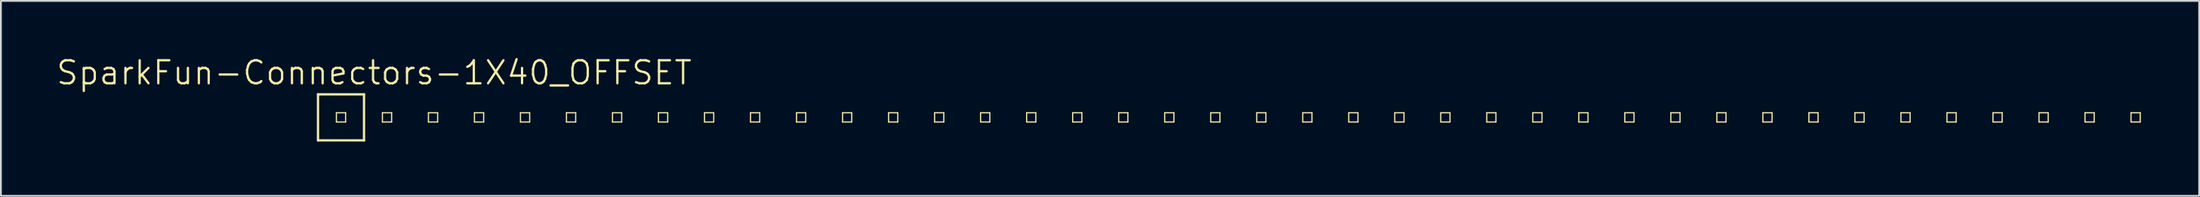
<source format=kicad_pcb>
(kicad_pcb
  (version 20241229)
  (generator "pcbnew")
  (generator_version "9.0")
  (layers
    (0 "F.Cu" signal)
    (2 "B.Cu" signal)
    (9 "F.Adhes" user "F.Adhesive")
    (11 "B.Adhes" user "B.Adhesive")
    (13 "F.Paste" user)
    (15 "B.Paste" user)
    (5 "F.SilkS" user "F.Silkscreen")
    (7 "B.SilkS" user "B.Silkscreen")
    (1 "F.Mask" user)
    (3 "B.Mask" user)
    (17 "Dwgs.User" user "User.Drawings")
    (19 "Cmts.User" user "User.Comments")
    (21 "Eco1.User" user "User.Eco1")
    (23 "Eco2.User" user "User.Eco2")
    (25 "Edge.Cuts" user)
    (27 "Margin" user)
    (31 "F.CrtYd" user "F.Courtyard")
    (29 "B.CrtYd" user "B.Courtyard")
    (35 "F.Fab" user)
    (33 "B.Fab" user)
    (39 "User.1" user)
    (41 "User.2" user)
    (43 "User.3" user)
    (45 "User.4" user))
  (footprint "SparkFun-Connectors-1X40_OFFSET"
    (layer "F.Cu")
    (at 15.773 3.43)
    (property "Reference" "SparkFun-Connectors-1X40_OFFSET" (at 1.829 -2.464 0) (layer "F.SilkS") (effects (font (size 1.27 1.27) (thickness 0.127))))
    (attr exclude_from_pos_files exclude_from_bom)
    (fp_line (start -1.27 -1.27) (end -1.27 1.27) (stroke (width 0.127) (type solid)) (layer "F.SilkS"))
    (fp_line (start -1.27 1.27) (end 1.27 1.27) (stroke (width 0.127) (type solid)) (layer "F.SilkS"))
    (fp_line (start -0.254 -0.254) (end 0.254 -0.254) (stroke (width 0.066) (type solid)) (layer "F.SilkS"))
    (fp_line (start -0.254 0.254) (end -0.254 -0.254) (stroke (width 0.066) (type solid)) (layer "F.SilkS"))
    (fp_line (start -0.254 0.254) (end 0.254 0.254) (stroke (width 0.066) (type solid)) (layer "F.SilkS"))
    (fp_line (start 0.254 0.254) (end 0.254 -0.254) (stroke (width 0.066) (type solid)) (layer "F.SilkS"))
    (fp_line (start 1.27 -1.27) (end -1.27 -1.27) (stroke (width 0.127) (type solid)) (layer "F.SilkS"))
    (fp_line (start 1.27 1.27) (end 1.27 -1.27) (stroke (width 0.127) (type solid)) (layer "F.SilkS"))
    (fp_line (start 2.286 -0.254) (end 2.794 -0.254) (stroke (width 0.066) (type solid)) (layer "F.SilkS"))
    (fp_line (start 2.286 0.254) (end 2.286 -0.254) (stroke (width 0.066) (type solid)) (layer "F.SilkS"))
    (fp_line (start 2.286 0.254) (end 2.794 0.254) (stroke (width 0.066) (type solid)) (layer "F.SilkS"))
    (fp_line (start 2.794 0.254) (end 2.794 -0.254) (stroke (width 0.066) (type solid)) (layer "F.SilkS"))
    (fp_line (start 4.826 -0.254) (end 5.334 -0.254) (stroke (width 0.066) (type solid)) (layer "F.SilkS"))
    (fp_line (start 4.826 0.254) (end 4.826 -0.254) (stroke (width 0.066) (type solid)) (layer "F.SilkS"))
    (fp_line (start 4.826 0.254) (end 5.334 0.254) (stroke (width 0.066) (type solid)) (layer "F.SilkS"))
    (fp_line (start 5.334 0.254) (end 5.334 -0.254) (stroke (width 0.066) (type solid)) (layer "F.SilkS"))
    (fp_line (start 7.366 -0.254) (end 7.874 -0.254) (stroke (width 0.066) (type solid)) (layer "F.SilkS"))
    (fp_line (start 7.366 0.254) (end 7.366 -0.254) (stroke (width 0.066) (type solid)) (layer "F.SilkS"))
    (fp_line (start 7.366 0.254) (end 7.874 0.254) (stroke (width 0.066) (type solid)) (layer "F.SilkS"))
    (fp_line (start 7.874 0.254) (end 7.874 -0.254) (stroke (width 0.066) (type solid)) (layer "F.SilkS"))
    (fp_line (start 9.906 -0.254) (end 10.414 -0.254) (stroke (width 0.066) (type solid)) (layer "F.SilkS"))
    (fp_line (start 9.906 0.254) (end 9.906 -0.254) (stroke (width 0.066) (type solid)) (layer "F.SilkS"))
    (fp_line (start 9.906 0.254) (end 10.414 0.254) (stroke (width 0.066) (type solid)) (layer "F.SilkS"))
    (fp_line (start 10.414 0.254) (end 10.414 -0.254) (stroke (width 0.066) (type solid)) (layer "F.SilkS"))
    (fp_line (start 12.446 -0.254) (end 12.954 -0.254) (stroke (width 0.066) (type solid)) (layer "F.SilkS"))
    (fp_line (start 12.446 0.254) (end 12.446 -0.254) (stroke (width 0.066) (type solid)) (layer "F.SilkS"))
    (fp_line (start 12.446 0.254) (end 12.954 0.254) (stroke (width 0.066) (type solid)) (layer "F.SilkS"))
    (fp_line (start 12.954 0.254) (end 12.954 -0.254) (stroke (width 0.066) (type solid)) (layer "F.SilkS"))
    (fp_line (start 14.986 -0.254) (end 15.494 -0.254) (stroke (width 0.066) (type solid)) (layer "F.SilkS"))
    (fp_line (start 14.986 0.254) (end 14.986 -0.254) (stroke (width 0.066) (type solid)) (layer "F.SilkS"))
    (fp_line (start 14.986 0.254) (end 15.494 0.254) (stroke (width 0.066) (type solid)) (layer "F.SilkS"))
    (fp_line (start 15.494 0.254) (end 15.494 -0.254) (stroke (width 0.066) (type solid)) (layer "F.SilkS"))
    (fp_line (start 17.523 -0.254) (end 18.034 -0.254) (stroke (width 0.066) (type solid)) (layer "F.SilkS"))
    (fp_line (start 17.523 0.254) (end 17.523 -0.254) (stroke (width 0.066) (type solid)) (layer "F.SilkS"))
    (fp_line (start 17.523 0.254) (end 18.034 0.254) (stroke (width 0.066) (type solid)) (layer "F.SilkS"))
    (fp_line (start 18.034 0.254) (end 18.034 -0.254) (stroke (width 0.066) (type solid)) (layer "F.SilkS"))
    (fp_line (start 20.066 -0.254) (end 20.574 -0.254) (stroke (width 0.066) (type solid)) (layer "F.SilkS"))
    (fp_line (start 20.066 0.254) (end 20.066 -0.254) (stroke (width 0.066) (type solid)) (layer "F.SilkS"))
    (fp_line (start 20.066 0.254) (end 20.574 0.254) (stroke (width 0.066) (type solid)) (layer "F.SilkS"))
    (fp_line (start 20.574 0.254) (end 20.574 -0.254) (stroke (width 0.066) (type solid)) (layer "F.SilkS"))
    (fp_line (start 22.606 -0.254) (end 23.114 -0.254) (stroke (width 0.066) (type solid)) (layer "F.SilkS"))
    (fp_line (start 22.606 0.254) (end 22.606 -0.254) (stroke (width 0.066) (type solid)) (layer "F.SilkS"))
    (fp_line (start 22.606 0.254) (end 23.114 0.254) (stroke (width 0.066) (type solid)) (layer "F.SilkS"))
    (fp_line (start 23.114 0.254) (end 23.114 -0.254) (stroke (width 0.066) (type solid)) (layer "F.SilkS"))
    (fp_line (start 25.146 -0.254) (end 25.654 -0.254) (stroke (width 0.066) (type solid)) (layer "F.SilkS"))
    (fp_line (start 25.146 0.254) (end 25.146 -0.254) (stroke (width 0.066) (type solid)) (layer "F.SilkS"))
    (fp_line (start 25.146 0.254) (end 25.654 0.254) (stroke (width 0.066) (type solid)) (layer "F.SilkS"))
    (fp_line (start 25.654 0.254) (end 25.654 -0.254) (stroke (width 0.066) (type solid)) (layer "F.SilkS"))
    (fp_line (start 27.686 -0.254) (end 28.194 -0.254) (stroke (width 0.066) (type solid)) (layer "F.SilkS"))
    (fp_line (start 27.686 0.254) (end 27.686 -0.254) (stroke (width 0.066) (type solid)) (layer "F.SilkS"))
    (fp_line (start 27.686 0.254) (end 28.194 0.254) (stroke (width 0.066) (type solid)) (layer "F.SilkS"))
    (fp_line (start 28.194 0.254) (end 28.194 -0.254) (stroke (width 0.066) (type solid)) (layer "F.SilkS"))
    (fp_line (start 30.226 -0.254) (end 30.734 -0.254) (stroke (width 0.066) (type solid)) (layer "F.SilkS"))
    (fp_line (start 30.226 0.254) (end 30.226 -0.254) (stroke (width 0.066) (type solid)) (layer "F.SilkS"))
    (fp_line (start 30.226 0.254) (end 30.734 0.254) (stroke (width 0.066) (type solid)) (layer "F.SilkS"))
    (fp_line (start 30.734 0.254) (end 30.734 -0.254) (stroke (width 0.066) (type solid)) (layer "F.SilkS"))
    (fp_line (start 32.766 -0.254) (end 33.274 -0.254) (stroke (width 0.066) (type solid)) (layer "F.SilkS"))
    (fp_line (start 32.766 0.254) (end 32.766 -0.254) (stroke (width 0.066) (type solid)) (layer "F.SilkS"))
    (fp_line (start 32.766 0.254) (end 33.274 0.254) (stroke (width 0.066) (type solid)) (layer "F.SilkS"))
    (fp_line (start 33.274 0.254) (end 33.274 -0.254) (stroke (width 0.066) (type solid)) (layer "F.SilkS"))
    (fp_line (start 35.303 -0.254) (end 35.814 -0.254) (stroke (width 0.066) (type solid)) (layer "F.SilkS"))
    (fp_line (start 35.303 0.254) (end 35.303 -0.254) (stroke (width 0.066) (type solid)) (layer "F.SilkS"))
    (fp_line (start 35.303 0.254) (end 35.814 0.254) (stroke (width 0.066) (type solid)) (layer "F.SilkS"))
    (fp_line (start 35.814 0.254) (end 35.814 -0.254) (stroke (width 0.066) (type solid)) (layer "F.SilkS"))
    (fp_line (start 37.846 -0.254) (end 38.354 -0.254) (stroke (width 0.066) (type solid)) (layer "F.SilkS"))
    (fp_line (start 37.846 0.254) (end 37.846 -0.254) (stroke (width 0.066) (type solid)) (layer "F.SilkS"))
    (fp_line (start 37.846 0.254) (end 38.354 0.254) (stroke (width 0.066) (type solid)) (layer "F.SilkS"))
    (fp_line (start 38.354 0.254) (end 38.354 -0.254) (stroke (width 0.066) (type solid)) (layer "F.SilkS"))
    (fp_line (start 40.386 -0.254) (end 40.894 -0.254) (stroke (width 0.066) (type solid)) (layer "F.SilkS"))
    (fp_line (start 40.386 0.254) (end 40.386 -0.254) (stroke (width 0.066) (type solid)) (layer "F.SilkS"))
    (fp_line (start 40.386 0.254) (end 40.894 0.254) (stroke (width 0.066) (type solid)) (layer "F.SilkS"))
    (fp_line (start 40.894 0.254) (end 40.894 -0.254) (stroke (width 0.066) (type solid)) (layer "F.SilkS"))
    (fp_line (start 42.926 -0.254) (end 43.434 -0.254) (stroke (width 0.066) (type solid)) (layer "F.SilkS"))
    (fp_line (start 42.926 0.254) (end 42.926 -0.254) (stroke (width 0.066) (type solid)) (layer "F.SilkS"))
    (fp_line (start 42.926 0.254) (end 43.434 0.254) (stroke (width 0.066) (type solid)) (layer "F.SilkS"))
    (fp_line (start 43.434 0.254) (end 43.434 -0.254) (stroke (width 0.066) (type solid)) (layer "F.SilkS"))
    (fp_line (start 45.466 -0.254) (end 45.974 -0.254) (stroke (width 0.066) (type solid)) (layer "F.SilkS"))
    (fp_line (start 45.466 0.254) (end 45.466 -0.254) (stroke (width 0.066) (type solid)) (layer "F.SilkS"))
    (fp_line (start 45.466 0.254) (end 45.974 0.254) (stroke (width 0.066) (type solid)) (layer "F.SilkS"))
    (fp_line (start 45.974 0.254) (end 45.974 -0.254) (stroke (width 0.066) (type solid)) (layer "F.SilkS"))
    (fp_line (start 48.006 -0.254) (end 48.514 -0.254) (stroke (width 0.066) (type solid)) (layer "F.SilkS"))
    (fp_line (start 48.006 0.254) (end 48.006 -0.254) (stroke (width 0.066) (type solid)) (layer "F.SilkS"))
    (fp_line (start 48.006 0.254) (end 48.514 0.254) (stroke (width 0.066) (type solid)) (layer "F.SilkS"))
    (fp_line (start 48.514 0.254) (end 48.514 -0.254) (stroke (width 0.066) (type solid)) (layer "F.SilkS"))
    (fp_line (start 50.546 -0.254) (end 51.051 -0.254) (stroke (width 0.066) (type solid)) (layer "F.SilkS"))
    (fp_line (start 50.546 0.254) (end 50.546 -0.254) (stroke (width 0.066) (type solid)) (layer "F.SilkS"))
    (fp_line (start 50.546 0.254) (end 51.051 0.254) (stroke (width 0.066) (type solid)) (layer "F.SilkS"))
    (fp_line (start 51.051 0.254) (end 51.051 -0.254) (stroke (width 0.066) (type solid)) (layer "F.SilkS"))
    (fp_line (start 53.086 -0.254) (end 53.594 -0.254) (stroke (width 0.066) (type solid)) (layer "F.SilkS"))
    (fp_line (start 53.086 0.254) (end 53.086 -0.254) (stroke (width 0.066) (type solid)) (layer "F.SilkS"))
    (fp_line (start 53.086 0.254) (end 53.594 0.254) (stroke (width 0.066) (type solid)) (layer "F.SilkS"))
    (fp_line (start 53.594 0.254) (end 53.594 -0.254) (stroke (width 0.066) (type solid)) (layer "F.SilkS"))
    (fp_line (start 55.626 -0.254) (end 56.134 -0.254) (stroke (width 0.066) (type solid)) (layer "F.SilkS"))
    (fp_line (start 55.626 0.254) (end 55.626 -0.254) (stroke (width 0.066) (type solid)) (layer "F.SilkS"))
    (fp_line (start 55.626 0.254) (end 56.134 0.254) (stroke (width 0.066) (type solid)) (layer "F.SilkS"))
    (fp_line (start 56.134 0.254) (end 56.134 -0.254) (stroke (width 0.066) (type solid)) (layer "F.SilkS"))
    (fp_line (start 58.166 -0.254) (end 58.674 -0.254) (stroke (width 0.066) (type solid)) (layer "F.SilkS"))
    (fp_line (start 58.166 0.254) (end 58.166 -0.254) (stroke (width 0.066) (type solid)) (layer "F.SilkS"))
    (fp_line (start 58.166 0.254) (end 58.674 0.254) (stroke (width 0.066) (type solid)) (layer "F.SilkS"))
    (fp_line (start 58.674 0.254) (end 58.674 -0.254) (stroke (width 0.066) (type solid)) (layer "F.SilkS"))
    (fp_line (start 60.706 -0.254) (end 61.214 -0.254) (stroke (width 0.066) (type solid)) (layer "F.SilkS"))
    (fp_line (start 60.706 0.254) (end 60.706 -0.254) (stroke (width 0.066) (type solid)) (layer "F.SilkS"))
    (fp_line (start 60.706 0.254) (end 61.214 0.254) (stroke (width 0.066) (type solid)) (layer "F.SilkS"))
    (fp_line (start 61.214 0.254) (end 61.214 -0.254) (stroke (width 0.066) (type solid)) (layer "F.SilkS"))
    (fp_line (start 63.246 -0.254) (end 63.751 -0.254) (stroke (width 0.066) (type solid)) (layer "F.SilkS"))
    (fp_line (start 63.246 0.254) (end 63.246 -0.254) (stroke (width 0.066) (type solid)) (layer "F.SilkS"))
    (fp_line (start 63.246 0.254) (end 63.751 0.254) (stroke (width 0.066) (type solid)) (layer "F.SilkS"))
    (fp_line (start 63.751 0.254) (end 63.751 -0.254) (stroke (width 0.066) (type solid)) (layer "F.SilkS"))
    (fp_line (start 65.786 -0.254) (end 66.294 -0.254) (stroke (width 0.066) (type solid)) (layer "F.SilkS"))
    (fp_line (start 65.786 0.254) (end 65.786 -0.254) (stroke (width 0.066) (type solid)) (layer "F.SilkS"))
    (fp_line (start 65.786 0.254) (end 66.294 0.254) (stroke (width 0.066) (type solid)) (layer "F.SilkS"))
    (fp_line (start 66.294 0.254) (end 66.294 -0.254) (stroke (width 0.066) (type solid)) (layer "F.SilkS"))
    (fp_line (start 68.326 -0.254) (end 68.834 -0.254) (stroke (width 0.066) (type solid)) (layer "F.SilkS"))
    (fp_line (start 68.326 0.254) (end 68.326 -0.254) (stroke (width 0.066) (type solid)) (layer "F.SilkS"))
    (fp_line (start 68.326 0.254) (end 68.834 0.254) (stroke (width 0.066) (type solid)) (layer "F.SilkS"))
    (fp_line (start 68.834 0.254) (end 68.834 -0.254) (stroke (width 0.066) (type solid)) (layer "F.SilkS"))
    (fp_line (start 70.866 -0.254) (end 71.374 -0.254) (stroke (width 0.066) (type solid)) (layer "F.SilkS"))
    (fp_line (start 70.866 0.254) (end 70.866 -0.254) (stroke (width 0.066) (type solid)) (layer "F.SilkS"))
    (fp_line (start 70.866 0.254) (end 71.374 0.254) (stroke (width 0.066) (type solid)) (layer "F.SilkS"))
    (fp_line (start 71.374 0.254) (end 71.374 -0.254) (stroke (width 0.066) (type solid)) (layer "F.SilkS"))
    (fp_line (start 73.406 -0.254) (end 73.914 -0.254) (stroke (width 0.066) (type solid)) (layer "F.SilkS"))
    (fp_line (start 73.406 0.254) (end 73.406 -0.254) (stroke (width 0.066) (type solid)) (layer "F.SilkS"))
    (fp_line (start 73.406 0.254) (end 73.914 0.254) (stroke (width 0.066) (type solid)) (layer "F.SilkS"))
    (fp_line (start 73.914 0.254) (end 73.914 -0.254) (stroke (width 0.066) (type solid)) (layer "F.SilkS"))
    (fp_line (start 75.946 -0.254) (end 76.451 -0.254) (stroke (width 0.066) (type solid)) (layer "F.SilkS"))
    (fp_line (start 75.946 0.254) (end 75.946 -0.254) (stroke (width 0.066) (type solid)) (layer "F.SilkS"))
    (fp_line (start 75.946 0.254) (end 76.451 0.254) (stroke (width 0.066) (type solid)) (layer "F.SilkS"))
    (fp_line (start 76.451 0.254) (end 76.451 -0.254) (stroke (width 0.066) (type solid)) (layer "F.SilkS"))
    (fp_line (start 78.486 -0.254) (end 78.994 -0.254) (stroke (width 0.066) (type solid)) (layer "F.SilkS"))
    (fp_line (start 78.486 0.254) (end 78.486 -0.254) (stroke (width 0.066) (type solid)) (layer "F.SilkS"))
    (fp_line (start 78.486 0.254) (end 78.994 0.254) (stroke (width 0.066) (type solid)) (layer "F.SilkS"))
    (fp_line (start 78.994 0.254) (end 78.994 -0.254) (stroke (width 0.066) (type solid)) (layer "F.SilkS"))
    (fp_line (start 81.026 -0.254) (end 81.534 -0.254) (stroke (width 0.066) (type solid)) (layer "F.SilkS"))
    (fp_line (start 81.026 0.254) (end 81.026 -0.254) (stroke (width 0.066) (type solid)) (layer "F.SilkS"))
    (fp_line (start 81.026 0.254) (end 81.534 0.254) (stroke (width 0.066) (type solid)) (layer "F.SilkS"))
    (fp_line (start 81.534 0.254) (end 81.534 -0.254) (stroke (width 0.066) (type solid)) (layer "F.SilkS"))
    (fp_line (start 83.566 -0.254) (end 84.074 -0.254) (stroke (width 0.066) (type solid)) (layer "F.SilkS"))
    (fp_line (start 83.566 0.254) (end 83.566 -0.254) (stroke (width 0.066) (type solid)) (layer "F.SilkS"))
    (fp_line (start 83.566 0.254) (end 84.074 0.254) (stroke (width 0.066) (type solid)) (layer "F.SilkS"))
    (fp_line (start 84.074 0.254) (end 84.074 -0.254) (stroke (width 0.066) (type solid)) (layer "F.SilkS"))
    (fp_line (start 86.106 -0.254) (end 86.614 -0.254) (stroke (width 0.066) (type solid)) (layer "F.SilkS"))
    (fp_line (start 86.106 0.254) (end 86.106 -0.254) (stroke (width 0.066) (type solid)) (layer "F.SilkS"))
    (fp_line (start 86.106 0.254) (end 86.614 0.254) (stroke (width 0.066) (type solid)) (layer "F.SilkS"))
    (fp_line (start 86.614 0.254) (end 86.614 -0.254) (stroke (width 0.066) (type solid)) (layer "F.SilkS"))
    (fp_line (start 88.646 -0.254) (end 89.154 -0.254) (stroke (width 0.066) (type solid)) (layer "F.SilkS"))
    (fp_line (start 88.646 0.254) (end 88.646 -0.254) (stroke (width 0.066) (type solid)) (layer "F.SilkS"))
    (fp_line (start 88.646 0.254) (end 89.154 0.254) (stroke (width 0.066) (type solid)) (layer "F.SilkS"))
    (fp_line (start 89.154 0.254) (end 89.154 -0.254) (stroke (width 0.066) (type solid)) (layer "F.SilkS"))
    (fp_line (start 91.186 -0.254) (end 91.694 -0.254) (stroke (width 0.066) (type solid)) (layer "F.SilkS"))
    (fp_line (start 91.186 0.254) (end 91.186 -0.254) (stroke (width 0.066) (type solid)) (layer "F.SilkS"))
    (fp_line (start 91.186 0.254) (end 91.694 0.254) (stroke (width 0.066) (type solid)) (layer "F.SilkS"))
    (fp_line (start 91.694 0.254) (end 91.694 -0.254) (stroke (width 0.066) (type solid)) (layer "F.SilkS"))
    (fp_line (start 93.726 -0.254) (end 94.234 -0.254) (stroke (width 0.066) (type solid)) (layer "F.SilkS"))
    (fp_line (start 93.726 0.254) (end 93.726 -0.254) (stroke (width 0.066) (type solid)) (layer "F.SilkS"))
    (fp_line (start 93.726 0.254) (end 94.234 0.254) (stroke (width 0.066) (type solid)) (layer "F.SilkS"))
    (fp_line (start 94.234 0.254) (end 94.234 -0.254) (stroke (width 0.066) (type solid)) (layer "F.SilkS"))
    (fp_line (start 96.266 -0.254) (end 96.774 -0.254) (stroke (width 0.066) (type solid)) (layer "F.SilkS"))
    (fp_line (start 96.266 0.254) (end 96.266 -0.254) (stroke (width 0.066) (type solid)) (layer "F.SilkS"))
    (fp_line (start 96.266 0.254) (end 96.774 0.254) (stroke (width 0.066) (type solid)) (layer "F.SilkS"))
    (fp_line (start 96.774 0.254) (end 96.774 -0.254) (stroke (width 0.066) (type solid)) (layer "F.SilkS"))
    (fp_line (start 98.806 -0.254) (end 99.314 -0.254) (stroke (width 0.066) (type solid)) (layer "F.SilkS"))
    (fp_line (start 98.806 0.254) (end 98.806 -0.254) (stroke (width 0.066) (type solid)) (layer "F.SilkS"))
    (fp_line (start 98.806 0.254) (end 99.314 0.254) (stroke (width 0.066) (type solid)) (layer "F.SilkS"))
    (fp_line (start 99.314 0.254) (end 99.314 -0.254) (stroke (width 0.066) (type solid)) (layer "F.SilkS"))
    (pad "1" thru_hole rect (at 0 0) (size 0.001 0.001) (drill 1.016) (layers "*.Cu" "F.Mask" "F.SilkS" "F.Paste"))
    (pad "2" thru_hole rect (at 2.54 0) (size 0.001 0.001) (drill 1.016) (layers "*.Cu" "F.Mask" "F.SilkS" "F.Paste"))
    (pad "3" thru_hole rect (at 5.08 0) (size 0.001 0.001) (drill 1.016) (layers "*.Cu" "F.Mask" "F.SilkS" "F.Paste"))
    (pad "4" thru_hole rect (at 7.62 0) (size 0.001 0.001) (drill 1.016) (layers "*.Cu" "F.Mask" "F.SilkS" "F.Paste"))
    (pad "5" thru_hole rect (at 10.16 0) (size 0.001 0.001) (drill 1.016) (layers "*.Cu" "F.Mask" "F.SilkS" "F.Paste"))
    (pad "6" thru_hole rect (at 12.7 0) (size 0.001 0.001) (drill 1.016) (layers "*.Cu" "F.Mask" "F.SilkS" "F.Paste"))
    (pad "7" thru_hole rect (at 15.24 0) (size 0.001 0.001) (drill 1.016) (layers "*.Cu" "F.Mask" "F.SilkS" "F.Paste"))
    (pad "8" thru_hole rect (at 17.78 0) (size 0.001 0.001) (drill 1.016) (layers "*.Cu" "F.Mask" "F.SilkS" "F.Paste"))
    (pad "9" thru_hole rect (at 20.32 0) (size 0.001 0.001) (drill 1.016) (layers "*.Cu" "F.Mask" "F.SilkS" "F.Paste"))
    (pad "10" thru_hole rect (at 22.86 0) (size 0.001 0.001) (drill 1.016) (layers "*.Cu" "F.Mask" "F.SilkS" "F.Paste"))
    (pad "11" thru_hole rect (at 25.4 0) (size 0.001 0.001) (drill 1.016) (layers "*.Cu" "F.Mask" "F.SilkS" "F.Paste"))
    (pad "12" thru_hole rect (at 27.94 0) (size 0.001 0.001) (drill 1.016) (layers "*.Cu" "F.Mask" "F.SilkS" "F.Paste"))
    (pad "13" thru_hole rect (at 30.48 0) (size 0.001 0.001) (drill 1.016) (layers "*.Cu" "F.Mask" "F.SilkS" "F.Paste"))
    (pad "14" thru_hole rect (at 33.02 0) (size 0.001 0.001) (drill 1.016) (layers "*.Cu" "F.Mask" "F.SilkS" "F.Paste"))
    (pad "15" thru_hole rect (at 35.56 0) (size 0.001 0.001) (drill 1.016) (layers "*.Cu" "F.Mask" "F.SilkS" "F.Paste"))
    (pad "16" thru_hole rect (at 38.1 0) (size 0.001 0.001) (drill 1.016) (layers "*.Cu" "F.Mask" "F.SilkS" "F.Paste"))
    (pad "17" thru_hole rect (at 40.64 0) (size 0.001 0.001) (drill 1.016) (layers "*.Cu" "F.Mask" "F.SilkS" "F.Paste"))
    (pad "18" thru_hole rect (at 43.18 0) (size 0.001 0.001) (drill 1.016) (layers "*.Cu" "F.Mask" "F.SilkS" "F.Paste"))
    (pad "19" thru_hole rect (at 45.72 0) (size 0.001 0.001) (drill 1.016) (layers "*.Cu" "F.Mask" "F.SilkS" "F.Paste"))
    (pad "20" thru_hole rect (at 48.26 0) (size 0.001 0.001) (drill 1.016) (layers "*.Cu" "F.Mask" "F.SilkS" "F.Paste"))
    (pad "21" thru_hole rect (at 50.8 0) (size 0.001 0.001) (drill 1.016) (layers "*.Cu" "F.Mask" "F.SilkS" "F.Paste"))
    (pad "22" thru_hole rect (at 53.34 0) (size 0.001 0.001) (drill 1.016) (layers "*.Cu" "F.Mask" "F.SilkS" "F.Paste"))
    (pad "23" thru_hole rect (at 55.88 0) (size 0.001 0.001) (drill 1.016) (layers "*.Cu" "F.Mask" "F.SilkS" "F.Paste"))
    (pad "24" thru_hole rect (at 58.42 0) (size 0.001 0.001) (drill 1.016) (layers "*.Cu" "F.Mask" "F.SilkS" "F.Paste"))
    (pad "25" thru_hole rect (at 60.96 0) (size 0.001 0.001) (drill 1.016) (layers "*.Cu" "F.Mask" "F.SilkS" "F.Paste"))
    (pad "26" thru_hole rect (at 63.5 0) (size 0.001 0.001) (drill 1.016) (layers "*.Cu" "F.Mask" "F.SilkS" "F.Paste"))
    (pad "27" thru_hole rect (at 66.04 0) (size 0.001 0.001) (drill 1.016) (layers "*.Cu" "F.Mask" "F.SilkS" "F.Paste"))
    (pad "28" thru_hole rect (at 68.58 0) (size 0.001 0.001) (drill 1.016) (layers "*.Cu" "F.Mask" "F.SilkS" "F.Paste"))
    (pad "29" thru_hole rect (at 71.12 0) (size 0.001 0.001) (drill 1.016) (layers "*.Cu" "F.Mask" "F.SilkS" "F.Paste"))
    (pad "30" thru_hole rect (at 73.66 0) (size 0.001 0.001) (drill 1.016) (layers "*.Cu" "F.Mask" "F.SilkS" "F.Paste"))
    (pad "31" thru_hole rect (at 76.2 0) (size 0.001 0.001) (drill 1.016) (layers "*.Cu" "F.Mask" "F.SilkS" "F.Paste"))
    (pad "32" thru_hole rect (at 78.74 0) (size 0.001 0.001) (drill 1.016) (layers "*.Cu" "F.Mask" "F.SilkS" "F.Paste"))
    (pad "33" thru_hole rect (at 81.28 0) (size 0.001 0.001) (drill 1.016) (layers "*.Cu" "F.Mask" "F.SilkS" "F.Paste"))
    (pad "34" thru_hole rect (at 83.82 0) (size 0.001 0.001) (drill 1.016) (layers "*.Cu" "F.Mask" "F.SilkS" "F.Paste"))
    (pad "35" thru_hole rect (at 86.36 0) (size 0.001 0.001) (drill 1.016) (layers "*.Cu" "F.Mask" "F.SilkS" "F.Paste"))
    (pad "36" thru_hole rect (at 88.9 0) (size 0.001 0.001) (drill 1.016) (layers "*.Cu" "F.Mask" "F.SilkS" "F.Paste"))
    (pad "37" thru_hole rect (at 91.44 0) (size 0.001 0.001) (drill 1.016) (layers "*.Cu" "F.Mask" "F.SilkS" "F.Paste"))
    (pad "38" thru_hole rect (at 93.98 0) (size 0.001 0.001) (drill 1.016) (layers "*.Cu" "F.Mask" "F.SilkS" "F.Paste"))
    (pad "39" thru_hole rect (at 96.52 0) (size 0.001 0.001) (drill 1.016) (layers "*.Cu" "F.Mask" "F.SilkS" "F.Paste"))
    (pad "40" thru_hole rect (at 99.06 0) (size 0.001 0.001) (drill 1.016) (layers "*.Cu" "F.Mask" "F.SilkS" "F.Paste")))
  (gr_rect
    (start -3 -3)
    (end 118.341 7.763)
    (stroke (width 0.1) (type default))
    (fill no)
    (layer "Edge.Cuts")))
</source>
